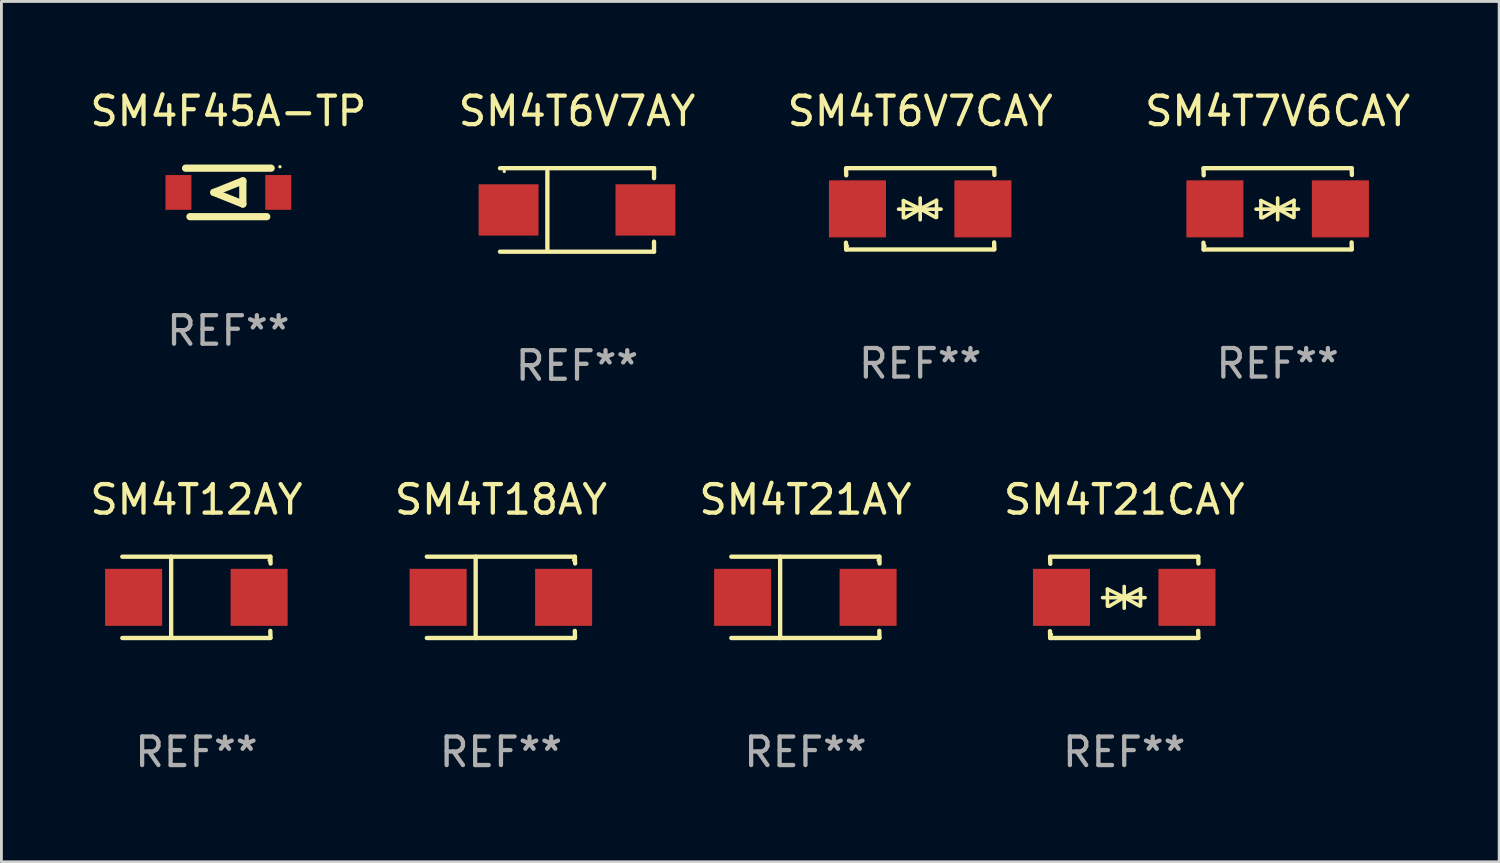
<source format=kicad_pcb>
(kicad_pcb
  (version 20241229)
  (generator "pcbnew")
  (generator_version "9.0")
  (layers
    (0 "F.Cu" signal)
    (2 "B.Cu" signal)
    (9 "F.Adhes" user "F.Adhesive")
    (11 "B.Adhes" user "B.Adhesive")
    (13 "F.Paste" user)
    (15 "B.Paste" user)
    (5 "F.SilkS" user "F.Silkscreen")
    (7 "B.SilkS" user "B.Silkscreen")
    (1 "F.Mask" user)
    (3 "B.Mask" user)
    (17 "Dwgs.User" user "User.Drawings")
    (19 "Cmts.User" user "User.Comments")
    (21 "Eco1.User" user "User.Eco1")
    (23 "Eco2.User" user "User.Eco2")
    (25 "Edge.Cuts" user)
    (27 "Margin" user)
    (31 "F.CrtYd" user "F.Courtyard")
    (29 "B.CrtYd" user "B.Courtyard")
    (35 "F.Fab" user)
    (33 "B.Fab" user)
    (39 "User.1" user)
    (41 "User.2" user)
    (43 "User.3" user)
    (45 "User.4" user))
  (footprint "SM4T21AY"
    (layer "F.Cu")
    (at 25.196 17.898)
    (property "Reference" "SM4T21AY" (at 0 -3.426 0) (layer "F.SilkS") (effects (font (size 1 1) (thickness 0.15))))
    (attr through_hole)
    (fp_line (start -2.6 -1.426) (end 2.593 -1.426) (stroke (width 0.152) (type solid)) (layer "F.SilkS"))
    (fp_line (start -2.6 1.426) (end 2.593 1.426) (stroke (width 0.152) (type solid)) (layer "F.SilkS"))
    (fp_line (start -0.887 -1.426) (end -0.887 1.426) (stroke (width 0.152) (type solid)) (layer "F.SilkS"))
    (fp_line (start 2.59 1.176) (end 2.597 1.415) (stroke (width 0.152) (type solid)) (layer "F.SilkS"))
    (fp_line (start 2.593 -1.426) (end 2.6 -1.187) (stroke (width 0.152) (type solid)) (layer "F.SilkS"))
    (fp_circle (center 2.547 -1.3) (end 2.577 -1.3) (stroke (width 0.06) (type solid)) (fill no) (layer "F.SilkS"))
    (fp_text user "REF**" (at 0 5.426 0) (layer "F.Fab") (effects (font (size 1 1) (thickness 0.15))))
    (pad "1" smd rect (at 2.197 -0.000025 180) (size 2 2) (layers "F.Cu" "F.Mask" "F.Paste"))
    (pad "2" smd rect (at -2.203 -0.000025 180) (size 2 2) (layers "F.Cu" "F.Mask" "F.Paste")))
  (footprint "SM4T21CAY"
    (layer "F.Cu")
    (at 36.375 17.898)
    (property "Reference" "SM4T21CAY" (at 0 -3.426 0) (layer "F.SilkS") (effects (font (size 1 1) (thickness 0.15))))
    (attr through_hole)
    (fp_line (start -2.596 -1.426) (end 2.596 -1.426) (stroke (width 0.152) (type solid)) (layer "F.SilkS"))
    (fp_line (start -2.596 1.426) (end -2.603 1.187) (stroke (width 0.152) (type solid)) (layer "F.SilkS"))
    (fp_line (start -2.596 1.426) (end 2.596 1.426) (stroke (width 0.152) (type solid)) (layer "F.SilkS"))
    (fp_line (start -2.593 -1.176) (end -2.6 -1.415) (stroke (width 0.152) (type solid)) (layer "F.SilkS"))
    (fp_line (start -0.758 0.011) (end 0.732 0.011) (stroke (width 0.127) (type solid)) (layer "F.SilkS"))
    (fp_line (start -0.588 -0.289) (end -0.588 0.311) (stroke (width 0.127) (type solid)) (layer "F.SilkS"))
    (fp_line (start -0.588 -0.289) (end 0 0) (stroke (width 0.127) (type solid)) (layer "F.SilkS"))
    (fp_line (start -0.528 0.311) (end 0 0) (stroke (width 0.127) (type solid)) (layer "F.SilkS"))
    (fp_line (start 0 0) (end 0 -0.381) (stroke (width 0.127) (type solid)) (layer "F.SilkS"))
    (fp_line (start 0 0) (end 0 0.381) (stroke (width 0.127) (type solid)) (layer "F.SilkS"))
    (fp_line (start 0.542 0.301) (end 0 0) (stroke (width 0.127) (type solid)) (layer "F.SilkS"))
    (fp_line (start 0.572 -0.299) (end 0 0) (stroke (width 0.127) (type solid)) (layer "F.SilkS"))
    (fp_line (start 0.572 -0.299) (end 0.572 0.301) (stroke (width 0.127) (type solid)) (layer "F.SilkS"))
    (fp_line (start 2.593 1.176) (end 2.6 1.415) (stroke (width 0.152) (type solid)) (layer "F.SilkS"))
    (fp_line (start 2.596 -1.426) (end 2.603 -1.187) (stroke (width 0.152) (type solid)) (layer "F.SilkS"))
    (fp_circle (center -2.55 1.3) (end -2.52 1.3) (stroke (width 0.06) (type solid)) (fill no) (layer "F.SilkS"))
    (fp_text user "REF**" (at 0 5.426 0) (layer "F.Fab") (effects (font (size 1 1) (thickness 0.15))))
    (pad "1" smd rect (at -2.2 0 180) (size 2 2) (layers "F.Cu" "F.Mask" "F.Paste"))
    (pad "2" smd rect (at 2.2 0 180) (size 2 2) (layers "F.Cu" "F.Mask" "F.Paste")))
  (footprint "SM4T18AY"
    (layer "F.Cu")
    (at 14.518 17.898)
    (property "Reference" "SM4T18AY" (at 0 -3.426 0) (layer "F.SilkS") (effects (font (size 1 1) (thickness 0.15))))
    (attr through_hole)
    (fp_line (start -2.6 -1.426) (end 2.593 -1.426) (stroke (width 0.152) (type solid)) (layer "F.SilkS"))
    (fp_line (start -2.6 1.426) (end 2.593 1.426) (stroke (width 0.152) (type solid)) (layer "F.SilkS"))
    (fp_line (start -0.887 -1.426) (end -0.887 1.426) (stroke (width 0.152) (type solid)) (layer "F.SilkS"))
    (fp_line (start 2.59 1.176) (end 2.597 1.415) (stroke (width 0.152) (type solid)) (layer "F.SilkS"))
    (fp_line (start 2.593 -1.426) (end 2.6 -1.187) (stroke (width 0.152) (type solid)) (layer "F.SilkS"))
    (fp_circle (center 2.547 -1.3) (end 2.577 -1.3) (stroke (width 0.06) (type solid)) (fill no) (layer "F.SilkS"))
    (fp_text user "REF**" (at 0 5.426 0) (layer "F.Fab") (effects (font (size 1 1) (thickness 0.15))))
    (pad "1" smd rect (at 2.197 -0.000025 180) (size 2 2) (layers "F.Cu" "F.Mask" "F.Paste"))
    (pad "2" smd rect (at -2.203 -0.000025 180) (size 2 2) (layers "F.Cu" "F.Mask" "F.Paste")))
  (footprint "SM4T7V6CAY"
    (layer "F.Cu")
    (at 41.756 4.274)
    (property "Reference" "SM4T7V6CAY" (at 0 -3.426 0) (layer "F.SilkS") (effects (font (size 1 1) (thickness 0.15))))
    (attr through_hole)
    (fp_line (start -2.596 -1.426) (end 2.596 -1.426) (stroke (width 0.152) (type solid)) (layer "F.SilkS"))
    (fp_line (start -2.596 1.426) (end -2.603 1.187) (stroke (width 0.152) (type solid)) (layer "F.SilkS"))
    (fp_line (start -2.596 1.426) (end 2.596 1.426) (stroke (width 0.152) (type solid)) (layer "F.SilkS"))
    (fp_line (start -2.593 -1.176) (end -2.6 -1.415) (stroke (width 0.152) (type solid)) (layer "F.SilkS"))
    (fp_line (start -0.758 0.011) (end 0.732 0.011) (stroke (width 0.127) (type solid)) (layer "F.SilkS"))
    (fp_line (start -0.588 -0.289) (end -0.588 0.311) (stroke (width 0.127) (type solid)) (layer "F.SilkS"))
    (fp_line (start -0.588 -0.289) (end 0 0) (stroke (width 0.127) (type solid)) (layer "F.SilkS"))
    (fp_line (start -0.528 0.311) (end 0 0) (stroke (width 0.127) (type solid)) (layer "F.SilkS"))
    (fp_line (start 0 0) (end 0 -0.381) (stroke (width 0.127) (type solid)) (layer "F.SilkS"))
    (fp_line (start 0 0) (end 0 0.381) (stroke (width 0.127) (type solid)) (layer "F.SilkS"))
    (fp_line (start 0.542 0.301) (end 0 0) (stroke (width 0.127) (type solid)) (layer "F.SilkS"))
    (fp_line (start 0.572 -0.299) (end 0 0) (stroke (width 0.127) (type solid)) (layer "F.SilkS"))
    (fp_line (start 0.572 -0.299) (end 0.572 0.301) (stroke (width 0.127) (type solid)) (layer "F.SilkS"))
    (fp_line (start 2.593 1.176) (end 2.6 1.415) (stroke (width 0.152) (type solid)) (layer "F.SilkS"))
    (fp_line (start 2.596 -1.426) (end 2.603 -1.187) (stroke (width 0.152) (type solid)) (layer "F.SilkS"))
    (fp_circle (center -2.55 1.3) (end -2.52 1.3) (stroke (width 0.06) (type solid)) (fill no) (layer "F.SilkS"))
    (fp_text user "REF**" (at 0 5.426 0) (layer "F.Fab") (effects (font (size 1 1) (thickness 0.15))))
    (pad "1" smd rect (at -2.2 0 180) (size 2 2) (layers "F.Cu" "F.Mask" "F.Paste"))
    (pad "2" smd rect (at 2.2 0 180) (size 2 2) (layers "F.Cu" "F.Mask" "F.Paste")))
  (footprint "SM4T12AY"
    (layer "F.Cu")
    (at 3.839 17.898)
    (property "Reference" "SM4T12AY" (at 0 -3.426 0) (layer "F.SilkS") (effects (font (size 1 1) (thickness 0.15))))
    (attr through_hole)
    (fp_line (start -2.6 -1.426) (end 2.593 -1.426) (stroke (width 0.152) (type solid)) (layer "F.SilkS"))
    (fp_line (start -2.6 1.426) (end 2.593 1.426) (stroke (width 0.152) (type solid)) (layer "F.SilkS"))
    (fp_line (start -0.887 -1.426) (end -0.887 1.426) (stroke (width 0.152) (type solid)) (layer "F.SilkS"))
    (fp_line (start 2.59 1.176) (end 2.597 1.415) (stroke (width 0.152) (type solid)) (layer "F.SilkS"))
    (fp_line (start 2.593 -1.426) (end 2.6 -1.187) (stroke (width 0.152) (type solid)) (layer "F.SilkS"))
    (fp_circle (center 2.547 -1.3) (end 2.577 -1.3) (stroke (width 0.06) (type solid)) (fill no) (layer "F.SilkS"))
    (fp_text user "REF**" (at 0 5.426 0) (layer "F.Fab") (effects (font (size 1 1) (thickness 0.15))))
    (pad "1" smd rect (at 2.197 -0.000025 180) (size 2 2) (layers "F.Cu" "F.Mask" "F.Paste"))
    (pad "2" smd rect (at -2.203 -0.000025 180) (size 2 2) (layers "F.Cu" "F.Mask" "F.Paste")))
  (footprint "SM4F45A-TP"
    (layer "F.Cu")
    (at 4.958 3.698)
    (property "Reference" "SM4F45A-TP" (at 0 -2.85 0) (layer "F.SilkS") (effects (font (size 1 1) (thickness 0.15))))
    (attr through_hole)
    (fp_line (start -1.5 -0.85) (end 1.5 -0.85) (stroke (width 0.254) (type solid)) (layer "F.SilkS"))
    (fp_line (start -0.508 0) (end 0.508 -0.406) (stroke (width 0.254) (type solid)) (layer "F.SilkS"))
    (fp_line (start 0.508 -0.406) (end 0.508 0.406) (stroke (width 0.254) (type solid)) (layer "F.SilkS"))
    (fp_line (start 0.508 0.406) (end -0.508 0) (stroke (width 0.254) (type solid)) (layer "F.SilkS"))
    (fp_line (start 1.346 0.85) (end -1.346 0.85) (stroke (width 0.254) (type solid)) (layer "F.SilkS"))
    (fp_circle (center 1.81 -0.9) (end 1.84 -0.9) (stroke (width 0.06) (type solid)) (fill no) (layer "F.SilkS"))
    (fp_text user "REF**" (at 0 4.85 0) (layer "F.Fab") (effects (font (size 1 1) (thickness 0.15))))
    (pad "1" smd rect (at 1.75 0) (size 0.909 1.219) (layers "F.Cu" "F.Mask" "F.Paste"))
    (pad "2" smd rect (at -1.75 0) (size 0.909 1.219) (layers "F.Cu" "F.Mask" "F.Paste")))
  (footprint "SM4T6V7AY"
    (layer "F.Cu")
    (at 17.185 4.312)
    (property "Reference" "SM4T6V7AY" (at 0 -3.464 0) (layer "F.SilkS") (effects (font (size 1 1) (thickness 0.15))))
    (attr through_hole)
    (fp_line (start -2.701 -1.464) (end 2.701 -1.464) (stroke (width 0.152) (type solid)) (layer "F.SilkS"))
    (fp_line (start -2.701 1.464) (end 2.701 1.464) (stroke (width 0.152) (type solid)) (layer "F.SilkS"))
    (fp_line (start -1.039 -1.364) (end -1.039 1.364) (stroke (width 0.152) (type solid)) (layer "F.SilkS"))
    (fp_line (start 2.701 -1.464) (end 2.701 -1.113) (stroke (width 0.152) (type solid)) (layer "F.SilkS"))
    (fp_line (start 2.701 1.464) (end 2.701 1.113) (stroke (width 0.152) (type solid)) (layer "F.SilkS"))
    (fp_circle (center -2.55 -1.35) (end -2.52 -1.35) (stroke (width 0.06) (type solid)) (fill no) (layer "F.SilkS"))
    (fp_text user "REF**" (at 0 5.464 0) (layer "F.Fab") (effects (font (size 1 1) (thickness 0.15))))
    (pad "1" smd rect (at -2.4 0) (size 2.1 1.8) (layers "F.Cu" "F.Mask" "F.Paste"))
    (pad "2" smd rect (at 2.4 0) (size 2.1 1.8) (layers "F.Cu" "F.Mask" "F.Paste")))
  (footprint "SM4T6V7CAY"
    (layer "F.Cu")
    (at 29.22 4.274)
    (property "Reference" "SM4T6V7CAY" (at 0 -3.426 0) (layer "F.SilkS") (effects (font (size 1 1) (thickness 0.15))))
    (attr through_hole)
    (fp_line (start -2.596 -1.426) (end 2.596 -1.426) (stroke (width 0.152) (type solid)) (layer "F.SilkS"))
    (fp_line (start -2.596 1.426) (end -2.603 1.187) (stroke (width 0.152) (type solid)) (layer "F.SilkS"))
    (fp_line (start -2.596 1.426) (end 2.596 1.426) (stroke (width 0.152) (type solid)) (layer "F.SilkS"))
    (fp_line (start -2.593 -1.176) (end -2.6 -1.415) (stroke (width 0.152) (type solid)) (layer "F.SilkS"))
    (fp_line (start -0.758 0.011) (end 0.732 0.011) (stroke (width 0.127) (type solid)) (layer "F.SilkS"))
    (fp_line (start -0.588 -0.289) (end -0.588 0.311) (stroke (width 0.127) (type solid)) (layer "F.SilkS"))
    (fp_line (start -0.588 -0.289) (end 0 0) (stroke (width 0.127) (type solid)) (layer "F.SilkS"))
    (fp_line (start -0.528 0.311) (end 0 0) (stroke (width 0.127) (type solid)) (layer "F.SilkS"))
    (fp_line (start 0 0) (end 0 -0.381) (stroke (width 0.127) (type solid)) (layer "F.SilkS"))
    (fp_line (start 0 0) (end 0 0.381) (stroke (width 0.127) (type solid)) (layer "F.SilkS"))
    (fp_line (start 0.542 0.301) (end 0 0) (stroke (width 0.127) (type solid)) (layer "F.SilkS"))
    (fp_line (start 0.572 -0.299) (end 0 0) (stroke (width 0.127) (type solid)) (layer "F.SilkS"))
    (fp_line (start 0.572 -0.299) (end 0.572 0.301) (stroke (width 0.127) (type solid)) (layer "F.SilkS"))
    (fp_line (start 2.593 1.176) (end 2.6 1.415) (stroke (width 0.152) (type solid)) (layer "F.SilkS"))
    (fp_line (start 2.596 -1.426) (end 2.603 -1.187) (stroke (width 0.152) (type solid)) (layer "F.SilkS"))
    (fp_circle (center -2.55 1.3) (end -2.52 1.3) (stroke (width 0.06) (type solid)) (fill no) (layer "F.SilkS"))
    (fp_text user "REF**" (at 0 5.426 0) (layer "F.Fab") (effects (font (size 1 1) (thickness 0.15))))
    (pad "1" smd rect (at -2.2 0 180) (size 2 2) (layers "F.Cu" "F.Mask" "F.Paste"))
    (pad "2" smd rect (at 2.2 0 180) (size 2 2) (layers "F.Cu" "F.Mask" "F.Paste")))
  (gr_rect
    (start -3 -3)
    (end 49.524 27.173)
    (stroke (width 0.1) (type default))
    (fill no)
    (layer "Edge.Cuts")))
</source>
